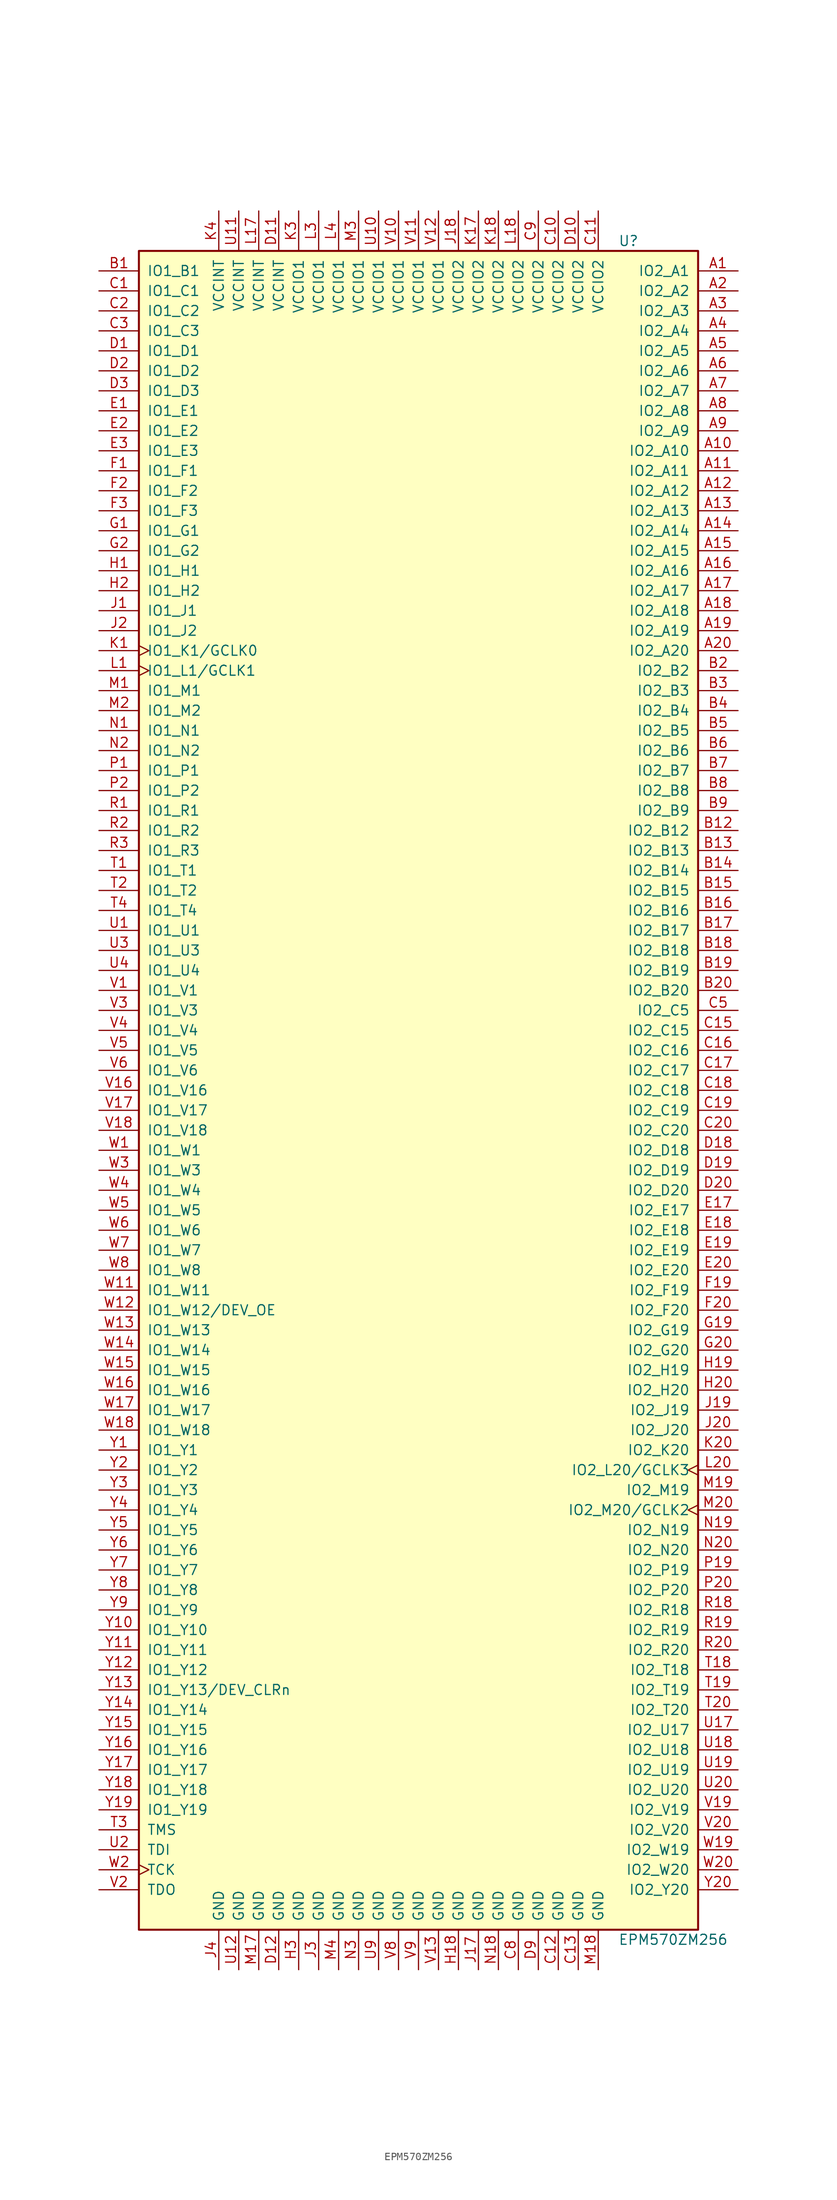
<source format=kicad_sym>
(kicad_symbol_lib
  (version 20241209)
  (generator "kicad_symbol_editor")
  (generator_version "9.0")
  (symbol "EPM570ZM256"
    (pin_names
      (offset 1.016))
    (property "Reference" "U"
      (at 25.4 107.95 0)
      (effects (font (size 1.27 1.27)) (justify left)))
    (property "Value" "EPM570ZM256"
      (at 25.4 -107.95 0)
      (effects (font (size 1.27 1.27)) (justify left)))
    (property "ki_locked" ""
      (at 0 0 0)
      (effects (font (size 1.27 1.27))))
    (symbol "EPM570ZM256_1_1"
      (rectangle (start -35.56 106.68) (end 35.56 -106.68) (stroke (width 0.254) (type default)) (fill (type background)))
      (pin bidirectional line (at -40.64 104.14 0) (length 5.08) (name "IO1_B1" (effects (font (size 1.27 1.27)))) (number "B1" (effects (font (size 1.27 1.27)))))
      (pin bidirectional line (at -40.64 101.6 0) (length 5.08) (name "IO1_C1" (effects (font (size 1.27 1.27)))) (number "C1" (effects (font (size 1.27 1.27)))))
      (pin bidirectional line (at -40.64 99.06 0) (length 5.08) (name "IO1_C2" (effects (font (size 1.27 1.27)))) (number "C2" (effects (font (size 1.27 1.27)))))
      (pin bidirectional line (at -40.64 96.52 0) (length 5.08) (name "IO1_C3" (effects (font (size 1.27 1.27)))) (number "C3" (effects (font (size 1.27 1.27)))))
      (pin bidirectional line (at -40.64 93.98 0) (length 5.08) (name "IO1_D1" (effects (font (size 1.27 1.27)))) (number "D1" (effects (font (size 1.27 1.27)))))
      (pin bidirectional line (at -40.64 91.44 0) (length 5.08) (name "IO1_D2" (effects (font (size 1.27 1.27)))) (number "D2" (effects (font (size 1.27 1.27)))))
      (pin bidirectional line (at -40.64 88.9 0) (length 5.08) (name "IO1_D3" (effects (font (size 1.27 1.27)))) (number "D3" (effects (font (size 1.27 1.27)))))
      (pin bidirectional line (at -40.64 86.36 0) (length 5.08) (name "IO1_E1" (effects (font (size 1.27 1.27)))) (number "E1" (effects (font (size 1.27 1.27)))))
      (pin bidirectional line (at -40.64 83.82 0) (length 5.08) (name "IO1_E2" (effects (font (size 1.27 1.27)))) (number "E2" (effects (font (size 1.27 1.27)))))
      (pin bidirectional line (at -40.64 81.28 0) (length 5.08) (name "IO1_E3" (effects (font (size 1.27 1.27)))) (number "E3" (effects (font (size 1.27 1.27)))))
      (pin bidirectional line (at -40.64 78.74 0) (length 5.08) (name "IO1_F1" (effects (font (size 1.27 1.27)))) (number "F1" (effects (font (size 1.27 1.27)))))
      (pin bidirectional line (at -40.64 76.2 0) (length 5.08) (name "IO1_F2" (effects (font (size 1.27 1.27)))) (number "F2" (effects (font (size 1.27 1.27)))))
      (pin bidirectional line (at -40.64 73.66 0) (length 5.08) (name "IO1_F3" (effects (font (size 1.27 1.27)))) (number "F3" (effects (font (size 1.27 1.27)))))
      (pin bidirectional line (at -40.64 71.12 0) (length 5.08) (name "IO1_G1" (effects (font (size 1.27 1.27)))) (number "G1" (effects (font (size 1.27 1.27)))))
      (pin bidirectional line (at -40.64 68.58 0) (length 5.08) (name "IO1_G2" (effects (font (size 1.27 1.27)))) (number "G2" (effects (font (size 1.27 1.27)))))
      (pin bidirectional line (at -40.64 66.04 0) (length 5.08) (name "IO1_H1" (effects (font (size 1.27 1.27)))) (number "H1" (effects (font (size 1.27 1.27)))))
      (pin bidirectional line (at -40.64 63.5 0) (length 5.08) (name "IO1_H2" (effects (font (size 1.27 1.27)))) (number "H2" (effects (font (size 1.27 1.27)))))
      (pin bidirectional line (at -40.64 60.96 0) (length 5.08) (name "IO1_J1" (effects (font (size 1.27 1.27)))) (number "J1" (effects (font (size 1.27 1.27)))))
      (pin bidirectional line (at -40.64 58.42 0) (length 5.08) (name "IO1_J2" (effects (font (size 1.27 1.27)))) (number "J2" (effects (font (size 1.27 1.27)))))
      (pin bidirectional clock (at -40.64 55.88 0) (length 5.08) (name "IO1_K1/GCLK0" (effects (font (size 1.27 1.27)))) (number "K1" (effects (font (size 1.27 1.27)))))
      (pin bidirectional clock (at -40.64 53.34 0) (length 5.08) (name "IO1_L1/GCLK1" (effects (font (size 1.27 1.27)))) (number "L1" (effects (font (size 1.27 1.27)))))
      (pin bidirectional line (at -40.64 50.8 0) (length 5.08) (name "IO1_M1" (effects (font (size 1.27 1.27)))) (number "M1" (effects (font (size 1.27 1.27)))))
      (pin bidirectional line (at -40.64 48.26 0) (length 5.08) (name "IO1_M2" (effects (font (size 1.27 1.27)))) (number "M2" (effects (font (size 1.27 1.27)))))
      (pin bidirectional line (at -40.64 45.72 0) (length 5.08) (name "IO1_N1" (effects (font (size 1.27 1.27)))) (number "N1" (effects (font (size 1.27 1.27)))))
      (pin bidirectional line (at -40.64 43.18 0) (length 5.08) (name "IO1_N2" (effects (font (size 1.27 1.27)))) (number "N2" (effects (font (size 1.27 1.27)))))
      (pin bidirectional line (at -40.64 40.64 0) (length 5.08) (name "IO1_P1" (effects (font (size 1.27 1.27)))) (number "P1" (effects (font (size 1.27 1.27)))))
      (pin bidirectional line (at -40.64 38.1 0) (length 5.08) (name "IO1_P2" (effects (font (size 1.27 1.27)))) (number "P2" (effects (font (size 1.27 1.27)))))
      (pin bidirectional line (at -40.64 35.56 0) (length 5.08) (name "IO1_R1" (effects (font (size 1.27 1.27)))) (number "R1" (effects (font (size 1.27 1.27)))))
      (pin bidirectional line (at -40.64 33.02 0) (length 5.08) (name "IO1_R2" (effects (font (size 1.27 1.27)))) (number "R2" (effects (font (size 1.27 1.27)))))
      (pin bidirectional line (at -40.64 30.48 0) (length 5.08) (name "IO1_R3" (effects (font (size 1.27 1.27)))) (number "R3" (effects (font (size 1.27 1.27)))))
      (pin bidirectional line (at -40.64 27.94 0) (length 5.08) (name "IO1_T1" (effects (font (size 1.27 1.27)))) (number "T1" (effects (font (size 1.27 1.27)))))
      (pin bidirectional line (at -40.64 25.4 0) (length 5.08) (name "IO1_T2" (effects (font (size 1.27 1.27)))) (number "T2" (effects (font (size 1.27 1.27)))))
      (pin bidirectional line (at -40.64 22.86 0) (length 5.08) (name "IO1_T4" (effects (font (size 1.27 1.27)))) (number "T4" (effects (font (size 1.27 1.27)))))
      (pin bidirectional line (at -40.64 20.32 0) (length 5.08) (name "IO1_U1" (effects (font (size 1.27 1.27)))) (number "U1" (effects (font (size 1.27 1.27)))))
      (pin bidirectional line (at -40.64 17.78 0) (length 5.08) (name "IO1_U3" (effects (font (size 1.27 1.27)))) (number "U3" (effects (font (size 1.27 1.27)))))
      (pin bidirectional line (at -40.64 15.24 0) (length 5.08) (name "IO1_U4" (effects (font (size 1.27 1.27)))) (number "U4" (effects (font (size 1.27 1.27)))))
      (pin bidirectional line (at -40.64 12.7 0) (length 5.08) (name "IO1_V1" (effects (font (size 1.27 1.27)))) (number "V1" (effects (font (size 1.27 1.27)))))
      (pin bidirectional line (at -40.64 10.16 0) (length 5.08) (name "IO1_V3" (effects (font (size 1.27 1.27)))) (number "V3" (effects (font (size 1.27 1.27)))))
      (pin bidirectional line (at -40.64 7.62 0) (length 5.08) (name "IO1_V4" (effects (font (size 1.27 1.27)))) (number "V4" (effects (font (size 1.27 1.27)))))
      (pin bidirectional line (at -40.64 5.08 0) (length 5.08) (name "IO1_V5" (effects (font (size 1.27 1.27)))) (number "V5" (effects (font (size 1.27 1.27)))))
      (pin bidirectional line (at -40.64 2.54 0) (length 5.08) (name "IO1_V6" (effects (font (size 1.27 1.27)))) (number "V6" (effects (font (size 1.27 1.27)))))
      (pin bidirectional line (at -40.64 0 0) (length 5.08) (name "IO1_V16" (effects (font (size 1.27 1.27)))) (number "V16" (effects (font (size 1.27 1.27)))))
      (pin bidirectional line (at -40.64 -2.54 0) (length 5.08) (name "IO1_V17" (effects (font (size 1.27 1.27)))) (number "V17" (effects (font (size 1.27 1.27)))))
      (pin bidirectional line (at -40.64 -5.08 0) (length 5.08) (name "IO1_V18" (effects (font (size 1.27 1.27)))) (number "V18" (effects (font (size 1.27 1.27)))))
      (pin bidirectional line (at -40.64 -7.62 0) (length 5.08) (name "IO1_W1" (effects (font (size 1.27 1.27)))) (number "W1" (effects (font (size 1.27 1.27)))))
      (pin bidirectional line (at -40.64 -10.16 0) (length 5.08) (name "IO1_W3" (effects (font (size 1.27 1.27)))) (number "W3" (effects (font (size 1.27 1.27)))))
      (pin bidirectional line (at -40.64 -12.7 0) (length 5.08) (name "IO1_W4" (effects (font (size 1.27 1.27)))) (number "W4" (effects (font (size 1.27 1.27)))))
      (pin bidirectional line (at -40.64 -15.24 0) (length 5.08) (name "IO1_W5" (effects (font (size 1.27 1.27)))) (number "W5" (effects (font (size 1.27 1.27)))))
      (pin bidirectional line (at -40.64 -17.78 0) (length 5.08) (name "IO1_W6" (effects (font (size 1.27 1.27)))) (number "W6" (effects (font (size 1.27 1.27)))))
      (pin bidirectional line (at -40.64 -20.32 0) (length 5.08) (name "IO1_W7" (effects (font (size 1.27 1.27)))) (number "W7" (effects (font (size 1.27 1.27)))))
      (pin bidirectional line (at -40.64 -22.86 0) (length 5.08) (name "IO1_W8" (effects (font (size 1.27 1.27)))) (number "W8" (effects (font (size 1.27 1.27)))))
      (pin bidirectional line (at -40.64 -25.4 0) (length 5.08) (name "IO1_W11" (effects (font (size 1.27 1.27)))) (number "W11" (effects (font (size 1.27 1.27)))))
      (pin bidirectional line (at -40.64 -27.94 0) (length 5.08) (name "IO1_W12/DEV_OE" (effects (font (size 1.27 1.27)))) (number "W12" (effects (font (size 1.27 1.27)))))
      (pin bidirectional line (at -40.64 -30.48 0) (length 5.08) (name "IO1_W13" (effects (font (size 1.27 1.27)))) (number "W13" (effects (font (size 1.27 1.27)))))
      (pin bidirectional line (at -40.64 -33.02 0) (length 5.08) (name "IO1_W14" (effects (font (size 1.27 1.27)))) (number "W14" (effects (font (size 1.27 1.27)))))
      (pin bidirectional line (at -40.64 -35.56 0) (length 5.08) (name "IO1_W15" (effects (font (size 1.27 1.27)))) (number "W15" (effects (font (size 1.27 1.27)))))
      (pin bidirectional line (at -40.64 -38.1 0) (length 5.08) (name "IO1_W16" (effects (font (size 1.27 1.27)))) (number "W16" (effects (font (size 1.27 1.27)))))
      (pin bidirectional line (at -40.64 -40.64 0) (length 5.08) (name "IO1_W17" (effects (font (size 1.27 1.27)))) (number "W17" (effects (font (size 1.27 1.27)))))
      (pin bidirectional line (at -40.64 -43.18 0) (length 5.08) (name "IO1_W18" (effects (font (size 1.27 1.27)))) (number "W18" (effects (font (size 1.27 1.27)))))
      (pin bidirectional line (at -40.64 -45.72 0) (length 5.08) (name "IO1_Y1" (effects (font (size 1.27 1.27)))) (number "Y1" (effects (font (size 1.27 1.27)))))
      (pin bidirectional line (at -40.64 -48.26 0) (length 5.08) (name "IO1_Y2" (effects (font (size 1.27 1.27)))) (number "Y2" (effects (font (size 1.27 1.27)))))
      (pin bidirectional line (at -40.64 -50.8 0) (length 5.08) (name "IO1_Y3" (effects (font (size 1.27 1.27)))) (number "Y3" (effects (font (size 1.27 1.27)))))
      (pin bidirectional line (at -40.64 -53.34 0) (length 5.08) (name "IO1_Y4" (effects (font (size 1.27 1.27)))) (number "Y4" (effects (font (size 1.27 1.27)))))
      (pin bidirectional line (at -40.64 -55.88 0) (length 5.08) (name "IO1_Y5" (effects (font (size 1.27 1.27)))) (number "Y5" (effects (font (size 1.27 1.27)))))
      (pin bidirectional line (at -40.64 -58.42 0) (length 5.08) (name "IO1_Y6" (effects (font (size 1.27 1.27)))) (number "Y6" (effects (font (size 1.27 1.27)))))
      (pin bidirectional line (at -40.64 -60.96 0) (length 5.08) (name "IO1_Y7" (effects (font (size 1.27 1.27)))) (number "Y7" (effects (font (size 1.27 1.27)))))
      (pin bidirectional line (at -40.64 -63.5 0) (length 5.08) (name "IO1_Y8" (effects (font (size 1.27 1.27)))) (number "Y8" (effects (font (size 1.27 1.27)))))
      (pin bidirectional line (at -40.64 -66.04 0) (length 5.08) (name "IO1_Y9" (effects (font (size 1.27 1.27)))) (number "Y9" (effects (font (size 1.27 1.27)))))
      (pin bidirectional line (at -40.64 -68.58 0) (length 5.08) (name "IO1_Y10" (effects (font (size 1.27 1.27)))) (number "Y10" (effects (font (size 1.27 1.27)))))
      (pin bidirectional line (at -40.64 -71.12 0) (length 5.08) (name "IO1_Y11" (effects (font (size 1.27 1.27)))) (number "Y11" (effects (font (size 1.27 1.27)))))
      (pin bidirectional line (at -40.64 -73.66 0) (length 5.08) (name "IO1_Y12" (effects (font (size 1.27 1.27)))) (number "Y12" (effects (font (size 1.27 1.27)))))
      (pin bidirectional line (at -40.64 -76.2 0) (length 5.08) (name "IO1_Y13/DEV_CLRn" (effects (font (size 1.27 1.27)))) (number "Y13" (effects (font (size 1.27 1.27)))))
      (pin bidirectional line (at -40.64 -78.74 0) (length 5.08) (name "IO1_Y14" (effects (font (size 1.27 1.27)))) (number "Y14" (effects (font (size 1.27 1.27)))))
      (pin bidirectional line (at -40.64 -81.28 0) (length 5.08) (name "IO1_Y15" (effects (font (size 1.27 1.27)))) (number "Y15" (effects (font (size 1.27 1.27)))))
      (pin bidirectional line (at -40.64 -83.82 0) (length 5.08) (name "IO1_Y16" (effects (font (size 1.27 1.27)))) (number "Y16" (effects (font (size 1.27 1.27)))))
      (pin bidirectional line (at -40.64 -86.36 0) (length 5.08) (name "IO1_Y17" (effects (font (size 1.27 1.27)))) (number "Y17" (effects (font (size 1.27 1.27)))))
      (pin bidirectional line (at -40.64 -88.9 0) (length 5.08) (name "IO1_Y18" (effects (font (size 1.27 1.27)))) (number "Y18" (effects (font (size 1.27 1.27)))))
      (pin bidirectional line (at -40.64 -91.44 0) (length 5.08) (name "IO1_Y19" (effects (font (size 1.27 1.27)))) (number "Y19" (effects (font (size 1.27 1.27)))))
      (pin input line (at -40.64 -93.98 0) (length 5.08) (name "TMS" (effects (font (size 1.27 1.27)))) (number "T3" (effects (font (size 1.27 1.27)))))
      (pin input line (at -40.64 -96.52 0) (length 5.08) (name "TDI" (effects (font (size 1.27 1.27)))) (number "U2" (effects (font (size 1.27 1.27)))))
      (pin input clock (at -40.64 -99.06 0) (length 5.08) (name "TCK" (effects (font (size 1.27 1.27)))) (number "W2" (effects (font (size 1.27 1.27)))))
      (pin output line (at -40.64 -101.6 0) (length 5.08) (name "TDO" (effects (font (size 1.27 1.27)))) (number "V2" (effects (font (size 1.27 1.27)))))
      (pin power_in line (at -25.4 111.76 270) (length 5.08) (name "VCCINT" (effects (font (size 1.27 1.27)))) (number "K4" (effects (font (size 1.27 1.27)))))
      (pin power_in line (at -25.4 -111.76 90) (length 5.08) (name "GND" (effects (font (size 1.27 1.27)))) (number "J4" (effects (font (size 1.27 1.27)))))
      (pin power_in line (at -22.86 111.76 270) (length 5.08) (name "VCCINT" (effects (font (size 1.27 1.27)))) (number "U11" (effects (font (size 1.27 1.27)))))
      (pin power_in line (at -22.86 -111.76 90) (length 5.08) (name "GND" (effects (font (size 1.27 1.27)))) (number "U12" (effects (font (size 1.27 1.27)))))
      (pin power_in line (at -20.32 111.76 270) (length 5.08) (name "VCCINT" (effects (font (size 1.27 1.27)))) (number "L17" (effects (font (size 1.27 1.27)))))
      (pin power_in line (at -20.32 -111.76 90) (length 5.08) (name "GND" (effects (font (size 1.27 1.27)))) (number "M17" (effects (font (size 1.27 1.27)))))
      (pin power_in line (at -17.78 111.76 270) (length 5.08) (name "VCCINT" (effects (font (size 1.27 1.27)))) (number "D11" (effects (font (size 1.27 1.27)))))
      (pin power_in line (at -17.78 -111.76 90) (length 5.08) (name "GND" (effects (font (size 1.27 1.27)))) (number "D12" (effects (font (size 1.27 1.27)))))
      (pin power_in line (at -15.24 111.76 270) (length 5.08) (name "VCCIO1" (effects (font (size 1.27 1.27)))) (number "K3" (effects (font (size 1.27 1.27)))))
      (pin power_in line (at -15.24 -111.76 90) (length 5.08) (name "GND" (effects (font (size 1.27 1.27)))) (number "H3" (effects (font (size 1.27 1.27)))))
      (pin power_in line (at -12.7 111.76 270) (length 5.08) (name "VCCIO1" (effects (font (size 1.27 1.27)))) (number "L3" (effects (font (size 1.27 1.27)))))
      (pin power_in line (at -12.7 -111.76 90) (length 5.08) (name "GND" (effects (font (size 1.27 1.27)))) (number "J3" (effects (font (size 1.27 1.27)))))
      (pin power_in line (at -10.16 111.76 270) (length 5.08) (name "VCCIO1" (effects (font (size 1.27 1.27)))) (number "L4" (effects (font (size 1.27 1.27)))))
      (pin power_in line (at -10.16 -111.76 90) (length 5.08) (name "GND" (effects (font (size 1.27 1.27)))) (number "M4" (effects (font (size 1.27 1.27)))))
      (pin power_in line (at -7.62 111.76 270) (length 5.08) (name "VCCIO1" (effects (font (size 1.27 1.27)))) (number "M3" (effects (font (size 1.27 1.27)))))
      (pin power_in line (at -7.62 -111.76 90) (length 5.08) (name "GND" (effects (font (size 1.27 1.27)))) (number "N3" (effects (font (size 1.27 1.27)))))
      (pin power_in line (at -5.08 111.76 270) (length 5.08) (name "VCCIO1" (effects (font (size 1.27 1.27)))) (number "U10" (effects (font (size 1.27 1.27)))))
      (pin power_in line (at -5.08 -111.76 90) (length 5.08) (name "GND" (effects (font (size 1.27 1.27)))) (number "U9" (effects (font (size 1.27 1.27)))))
      (pin power_in line (at -2.54 111.76 270) (length 5.08) (name "VCCIO1" (effects (font (size 1.27 1.27)))) (number "V10" (effects (font (size 1.27 1.27)))))
      (pin power_in line (at -2.54 -111.76 90) (length 5.08) (name "GND" (effects (font (size 1.27 1.27)))) (number "V8" (effects (font (size 1.27 1.27)))))
      (pin power_in line (at 0 111.76 270) (length 5.08) (name "VCCIO1" (effects (font (size 1.27 1.27)))) (number "V11" (effects (font (size 1.27 1.27)))))
      (pin power_in line (at 0 -111.76 90) (length 5.08) (name "GND" (effects (font (size 1.27 1.27)))) (number "V9" (effects (font (size 1.27 1.27)))))
      (pin power_in line (at 2.54 111.76 270) (length 5.08) (name "VCCIO1" (effects (font (size 1.27 1.27)))) (number "V12" (effects (font (size 1.27 1.27)))))
      (pin power_in line (at 2.54 -111.76 90) (length 5.08) (name "GND" (effects (font (size 1.27 1.27)))) (number "V13" (effects (font (size 1.27 1.27)))))
      (pin power_in line (at 5.08 111.76 270) (length 5.08) (name "VCCIO2" (effects (font (size 1.27 1.27)))) (number "J18" (effects (font (size 1.27 1.27)))))
      (pin power_in line (at 5.08 -111.76 90) (length 5.08) (name "GND" (effects (font (size 1.27 1.27)))) (number "H18" (effects (font (size 1.27 1.27)))))
      (pin power_in line (at 7.62 111.76 270) (length 5.08) (name "VCCIO2" (effects (font (size 1.27 1.27)))) (number "K17" (effects (font (size 1.27 1.27)))))
      (pin power_in line (at 7.62 -111.76 90) (length 5.08) (name "GND" (effects (font (size 1.27 1.27)))) (number "J17" (effects (font (size 1.27 1.27)))))
      (pin power_in line (at 10.16 111.76 270) (length 5.08) (name "VCCIO2" (effects (font (size 1.27 1.27)))) (number "K18" (effects (font (size 1.27 1.27)))))
      (pin power_in line (at 10.16 -111.76 90) (length 5.08) (name "GND" (effects (font (size 1.27 1.27)))) (number "N18" (effects (font (size 1.27 1.27)))))
      (pin power_in line (at 12.7 111.76 270) (length 5.08) (name "VCCIO2" (effects (font (size 1.27 1.27)))) (number "L18" (effects (font (size 1.27 1.27)))))
      (pin power_in line (at 12.7 -111.76 90) (length 5.08) (name "GND" (effects (font (size 1.27 1.27)))) (number "C8" (effects (font (size 1.27 1.27)))))
      (pin power_in line (at 15.24 111.76 270) (length 5.08) (name "VCCIO2" (effects (font (size 1.27 1.27)))) (number "C9" (effects (font (size 1.27 1.27)))))
      (pin power_in line (at 15.24 -111.76 90) (length 5.08) (name "GND" (effects (font (size 1.27 1.27)))) (number "D9" (effects (font (size 1.27 1.27)))))
      (pin power_in line (at 17.78 111.76 270) (length 5.08) (name "VCCIO2" (effects (font (size 1.27 1.27)))) (number "C10" (effects (font (size 1.27 1.27)))))
      (pin power_in line (at 17.78 -111.76 90) (length 5.08) (name "GND" (effects (font (size 1.27 1.27)))) (number "C12" (effects (font (size 1.27 1.27)))))
      (pin power_in line (at 20.32 111.76 270) (length 5.08) (name "VCCIO2" (effects (font (size 1.27 1.27)))) (number "D10" (effects (font (size 1.27 1.27)))))
      (pin power_in line (at 20.32 -111.76 90) (length 5.08) (name "GND" (effects (font (size 1.27 1.27)))) (number "C13" (effects (font (size 1.27 1.27)))))
      (pin power_in line (at 22.86 111.76 270) (length 5.08) (name "VCCIO2" (effects (font (size 1.27 1.27)))) (number "C11" (effects (font (size 1.27 1.27)))))
      (pin power_in line (at 22.86 -111.76 90) (length 5.08) (name "GND" (effects (font (size 1.27 1.27)))) (number "M18" (effects (font (size 1.27 1.27)))))
      (pin bidirectional line (at 40.64 104.14 180) (length 5.08) (name "IO2_A1" (effects (font (size 1.27 1.27)))) (number "A1" (effects (font (size 1.27 1.27)))))
      (pin bidirectional line (at 40.64 101.6 180) (length 5.08) (name "IO2_A2" (effects (font (size 1.27 1.27)))) (number "A2" (effects (font (size 1.27 1.27)))))
      (pin bidirectional line (at 40.64 99.06 180) (length 5.08) (name "IO2_A3" (effects (font (size 1.27 1.27)))) (number "A3" (effects (font (size 1.27 1.27)))))
      (pin bidirectional line (at 40.64 96.52 180) (length 5.08) (name "IO2_A4" (effects (font (size 1.27 1.27)))) (number "A4" (effects (font (size 1.27 1.27)))))
      (pin bidirectional line (at 40.64 93.98 180) (length 5.08) (name "IO2_A5" (effects (font (size 1.27 1.27)))) (number "A5" (effects (font (size 1.27 1.27)))))
      (pin bidirectional line (at 40.64 91.44 180) (length 5.08) (name "IO2_A6" (effects (font (size 1.27 1.27)))) (number "A6" (effects (font (size 1.27 1.27)))))
      (pin bidirectional line (at 40.64 88.9 180) (length 5.08) (name "IO2_A7" (effects (font (size 1.27 1.27)))) (number "A7" (effects (font (size 1.27 1.27)))))
      (pin bidirectional line (at 40.64 86.36 180) (length 5.08) (name "IO2_A8" (effects (font (size 1.27 1.27)))) (number "A8" (effects (font (size 1.27 1.27)))))
      (pin bidirectional line (at 40.64 83.82 180) (length 5.08) (name "IO2_A9" (effects (font (size 1.27 1.27)))) (number "A9" (effects (font (size 1.27 1.27)))))
      (pin bidirectional line (at 40.64 81.28 180) (length 5.08) (name "IO2_A10" (effects (font (size 1.27 1.27)))) (number "A10" (effects (font (size 1.27 1.27)))))
      (pin bidirectional line (at 40.64 78.74 180) (length 5.08) (name "IO2_A11" (effects (font (size 1.27 1.27)))) (number "A11" (effects (font (size 1.27 1.27)))))
      (pin bidirectional line (at 40.64 76.2 180) (length 5.08) (name "IO2_A12" (effects (font (size 1.27 1.27)))) (number "A12" (effects (font (size 1.27 1.27)))))
      (pin bidirectional line (at 40.64 73.66 180) (length 5.08) (name "IO2_A13" (effects (font (size 1.27 1.27)))) (number "A13" (effects (font (size 1.27 1.27)))))
      (pin bidirectional line (at 40.64 71.12 180) (length 5.08) (name "IO2_A14" (effects (font (size 1.27 1.27)))) (number "A14" (effects (font (size 1.27 1.27)))))
      (pin bidirectional line (at 40.64 68.58 180) (length 5.08) (name "IO2_A15" (effects (font (size 1.27 1.27)))) (number "A15" (effects (font (size 1.27 1.27)))))
      (pin bidirectional line (at 40.64 66.04 180) (length 5.08) (name "IO2_A16" (effects (font (size 1.27 1.27)))) (number "A16" (effects (font (size 1.27 1.27)))))
      (pin bidirectional line (at 40.64 63.5 180) (length 5.08) (name "IO2_A17" (effects (font (size 1.27 1.27)))) (number "A17" (effects (font (size 1.27 1.27)))))
      (pin bidirectional line (at 40.64 60.96 180) (length 5.08) (name "IO2_A18" (effects (font (size 1.27 1.27)))) (number "A18" (effects (font (size 1.27 1.27)))))
      (pin bidirectional line (at 40.64 58.42 180) (length 5.08) (name "IO2_A19" (effects (font (size 1.27 1.27)))) (number "A19" (effects (font (size 1.27 1.27)))))
      (pin bidirectional line (at 40.64 55.88 180) (length 5.08) (name "IO2_A20" (effects (font (size 1.27 1.27)))) (number "A20" (effects (font (size 1.27 1.27)))))
      (pin bidirectional line (at 40.64 53.34 180) (length 5.08) (name "IO2_B2" (effects (font (size 1.27 1.27)))) (number "B2" (effects (font (size 1.27 1.27)))))
      (pin bidirectional line (at 40.64 50.8 180) (length 5.08) (name "IO2_B3" (effects (font (size 1.27 1.27)))) (number "B3" (effects (font (size 1.27 1.27)))))
      (pin bidirectional line (at 40.64 48.26 180) (length 5.08) (name "IO2_B4" (effects (font (size 1.27 1.27)))) (number "B4" (effects (font (size 1.27 1.27)))))
      (pin bidirectional line (at 40.64 45.72 180) (length 5.08) (name "IO2_B5" (effects (font (size 1.27 1.27)))) (number "B5" (effects (font (size 1.27 1.27)))))
      (pin bidirectional line (at 40.64 43.18 180) (length 5.08) (name "IO2_B6" (effects (font (size 1.27 1.27)))) (number "B6" (effects (font (size 1.27 1.27)))))
      (pin bidirectional line (at 40.64 40.64 180) (length 5.08) (name "IO2_B7" (effects (font (size 1.27 1.27)))) (number "B7" (effects (font (size 1.27 1.27)))))
      (pin bidirectional line (at 40.64 38.1 180) (length 5.08) (name "IO2_B8" (effects (font (size 1.27 1.27)))) (number "B8" (effects (font (size 1.27 1.27)))))
      (pin bidirectional line (at 40.64 35.56 180) (length 5.08) (name "IO2_B9" (effects (font (size 1.27 1.27)))) (number "B9" (effects (font (size 1.27 1.27)))))
      (pin bidirectional line (at 40.64 33.02 180) (length 5.08) (name "IO2_B12" (effects (font (size 1.27 1.27)))) (number "B12" (effects (font (size 1.27 1.27)))))
      (pin bidirectional line (at 40.64 30.48 180) (length 5.08) (name "IO2_B13" (effects (font (size 1.27 1.27)))) (number "B13" (effects (font (size 1.27 1.27)))))
      (pin bidirectional line (at 40.64 27.94 180) (length 5.08) (name "IO2_B14" (effects (font (size 1.27 1.27)))) (number "B14" (effects (font (size 1.27 1.27)))))
      (pin bidirectional line (at 40.64 25.4 180) (length 5.08) (name "IO2_B15" (effects (font (size 1.27 1.27)))) (number "B15" (effects (font (size 1.27 1.27)))))
      (pin bidirectional line (at 40.64 22.86 180) (length 5.08) (name "IO2_B16" (effects (font (size 1.27 1.27)))) (number "B16" (effects (font (size 1.27 1.27)))))
      (pin bidirectional line (at 40.64 20.32 180) (length 5.08) (name "IO2_B17" (effects (font (size 1.27 1.27)))) (number "B17" (effects (font (size 1.27 1.27)))))
      (pin bidirectional line (at 40.64 17.78 180) (length 5.08) (name "IO2_B18" (effects (font (size 1.27 1.27)))) (number "B18" (effects (font (size 1.27 1.27)))))
      (pin bidirectional line (at 40.64 15.24 180) (length 5.08) (name "IO2_B19" (effects (font (size 1.27 1.27)))) (number "B19" (effects (font (size 1.27 1.27)))))
      (pin bidirectional line (at 40.64 12.7 180) (length 5.08) (name "IO2_B20" (effects (font (size 1.27 1.27)))) (number "B20" (effects (font (size 1.27 1.27)))))
      (pin bidirectional line (at 40.64 10.16 180) (length 5.08) (name "IO2_C5" (effects (font (size 1.27 1.27)))) (number "C5" (effects (font (size 1.27 1.27)))))
      (pin bidirectional line (at 40.64 7.62 180) (length 5.08) (name "IO2_C15" (effects (font (size 1.27 1.27)))) (number "C15" (effects (font (size 1.27 1.27)))))
      (pin bidirectional line (at 40.64 5.08 180) (length 5.08) (name "IO2_C16" (effects (font (size 1.27 1.27)))) (number "C16" (effects (font (size 1.27 1.27)))))
      (pin bidirectional line (at 40.64 2.54 180) (length 5.08) (name "IO2_C17" (effects (font (size 1.27 1.27)))) (number "C17" (effects (font (size 1.27 1.27)))))
      (pin bidirectional line (at 40.64 0 180) (length 5.08) (name "IO2_C18" (effects (font (size 1.27 1.27)))) (number "C18" (effects (font (size 1.27 1.27)))))
      (pin bidirectional line (at 40.64 -2.54 180) (length 5.08) (name "IO2_C19" (effects (font (size 1.27 1.27)))) (number "C19" (effects (font (size 1.27 1.27)))))
      (pin bidirectional line (at 40.64 -5.08 180) (length 5.08) (name "IO2_C20" (effects (font (size 1.27 1.27)))) (number "C20" (effects (font (size 1.27 1.27)))))
      (pin bidirectional line (at 40.64 -7.62 180) (length 5.08) (name "IO2_D18" (effects (font (size 1.27 1.27)))) (number "D18" (effects (font (size 1.27 1.27)))))
      (pin bidirectional line (at 40.64 -10.16 180) (length 5.08) (name "IO2_D19" (effects (font (size 1.27 1.27)))) (number "D19" (effects (font (size 1.27 1.27)))))
      (pin bidirectional line (at 40.64 -12.7 180) (length 5.08) (name "IO2_D20" (effects (font (size 1.27 1.27)))) (number "D20" (effects (font (size 1.27 1.27)))))
      (pin bidirectional line (at 40.64 -15.24 180) (length 5.08) (name "IO2_E17" (effects (font (size 1.27 1.27)))) (number "E17" (effects (font (size 1.27 1.27)))))
      (pin bidirectional line (at 40.64 -17.78 180) (length 5.08) (name "IO2_E18" (effects (font (size 1.27 1.27)))) (number "E18" (effects (font (size 1.27 1.27)))))
      (pin bidirectional line (at 40.64 -20.32 180) (length 5.08) (name "IO2_E19" (effects (font (size 1.27 1.27)))) (number "E19" (effects (font (size 1.27 1.27)))))
      (pin bidirectional line (at 40.64 -22.86 180) (length 5.08) (name "IO2_E20" (effects (font (size 1.27 1.27)))) (number "E20" (effects (font (size 1.27 1.27)))))
      (pin bidirectional line (at 40.64 -25.4 180) (length 5.08) (name "IO2_F19" (effects (font (size 1.27 1.27)))) (number "F19" (effects (font (size 1.27 1.27)))))
      (pin bidirectional line (at 40.64 -27.94 180) (length 5.08) (name "IO2_F20" (effects (font (size 1.27 1.27)))) (number "F20" (effects (font (size 1.27 1.27)))))
      (pin bidirectional line (at 40.64 -30.48 180) (length 5.08) (name "IO2_G19" (effects (font (size 1.27 1.27)))) (number "G19" (effects (font (size 1.27 1.27)))))
      (pin bidirectional line (at 40.64 -33.02 180) (length 5.08) (name "IO2_G20" (effects (font (size 1.27 1.27)))) (number "G20" (effects (font (size 1.27 1.27)))))
      (pin bidirectional line (at 40.64 -35.56 180) (length 5.08) (name "IO2_H19" (effects (font (size 1.27 1.27)))) (number "H19" (effects (font (size 1.27 1.27)))))
      (pin bidirectional line (at 40.64 -38.1 180) (length 5.08) (name "IO2_H20" (effects (font (size 1.27 1.27)))) (number "H20" (effects (font (size 1.27 1.27)))))
      (pin bidirectional line (at 40.64 -40.64 180) (length 5.08) (name "IO2_J19" (effects (font (size 1.27 1.27)))) (number "J19" (effects (font (size 1.27 1.27)))))
      (pin bidirectional line (at 40.64 -43.18 180) (length 5.08) (name "IO2_J20" (effects (font (size 1.27 1.27)))) (number "J20" (effects (font (size 1.27 1.27)))))
      (pin bidirectional line (at 40.64 -45.72 180) (length 5.08) (name "IO2_K20" (effects (font (size 1.27 1.27)))) (number "K20" (effects (font (size 1.27 1.27)))))
      (pin bidirectional clock (at 40.64 -48.26 180) (length 5.08) (name "IO2_L20/GCLK3" (effects (font (size 1.27 1.27)))) (number "L20" (effects (font (size 1.27 1.27)))))
      (pin bidirectional line (at 40.64 -50.8 180) (length 5.08) (name "IO2_M19" (effects (font (size 1.27 1.27)))) (number "M19" (effects (font (size 1.27 1.27)))))
      (pin bidirectional clock (at 40.64 -53.34 180) (length 5.08) (name "IO2_M20/GCLK2" (effects (font (size 1.27 1.27)))) (number "M20" (effects (font (size 1.27 1.27)))))
      (pin bidirectional line (at 40.64 -55.88 180) (length 5.08) (name "IO2_N19" (effects (font (size 1.27 1.27)))) (number "N19" (effects (font (size 1.27 1.27)))))
      (pin bidirectional line (at 40.64 -58.42 180) (length 5.08) (name "IO2_N20" (effects (font (size 1.27 1.27)))) (number "N20" (effects (font (size 1.27 1.27)))))
      (pin bidirectional line (at 40.64 -60.96 180) (length 5.08) (name "IO2_P19" (effects (font (size 1.27 1.27)))) (number "P19" (effects (font (size 1.27 1.27)))))
      (pin bidirectional line (at 40.64 -63.5 180) (length 5.08) (name "IO2_P20" (effects (font (size 1.27 1.27)))) (number "P20" (effects (font (size 1.27 1.27)))))
      (pin bidirectional line (at 40.64 -66.04 180) (length 5.08) (name "IO2_R18" (effects (font (size 1.27 1.27)))) (number "R18" (effects (font (size 1.27 1.27)))))
      (pin bidirectional line (at 40.64 -68.58 180) (length 5.08) (name "IO2_R19" (effects (font (size 1.27 1.27)))) (number "R19" (effects (font (size 1.27 1.27)))))
      (pin bidirectional line (at 40.64 -71.12 180) (length 5.08) (name "IO2_R20" (effects (font (size 1.27 1.27)))) (number "R20" (effects (font (size 1.27 1.27)))))
      (pin bidirectional line (at 40.64 -73.66 180) (length 5.08) (name "IO2_T18" (effects (font (size 1.27 1.27)))) (number "T18" (effects (font (size 1.27 1.27)))))
      (pin bidirectional line (at 40.64 -76.2 180) (length 5.08) (name "IO2_T19" (effects (font (size 1.27 1.27)))) (number "T19" (effects (font (size 1.27 1.27)))))
      (pin bidirectional line (at 40.64 -78.74 180) (length 5.08) (name "IO2_T20" (effects (font (size 1.27 1.27)))) (number "T20" (effects (font (size 1.27 1.27)))))
      (pin bidirectional line (at 40.64 -81.28 180) (length 5.08) (name "IO2_U17" (effects (font (size 1.27 1.27)))) (number "U17" (effects (font (size 1.27 1.27)))))
      (pin bidirectional line (at 40.64 -83.82 180) (length 5.08) (name "IO2_U18" (effects (font (size 1.27 1.27)))) (number "U18" (effects (font (size 1.27 1.27)))))
      (pin bidirectional line (at 40.64 -86.36 180) (length 5.08) (name "IO2_U19" (effects (font (size 1.27 1.27)))) (number "U19" (effects (font (size 1.27 1.27)))))
      (pin bidirectional line (at 40.64 -88.9 180) (length 5.08) (name "IO2_U20" (effects (font (size 1.27 1.27)))) (number "U20" (effects (font (size 1.27 1.27)))))
      (pin bidirectional line (at 40.64 -91.44 180) (length 5.08) (name "IO2_V19" (effects (font (size 1.27 1.27)))) (number "V19" (effects (font (size 1.27 1.27)))))
      (pin bidirectional line (at 40.64 -93.98 180) (length 5.08) (name "IO2_V20" (effects (font (size 1.27 1.27)))) (number "V20" (effects (font (size 1.27 1.27)))))
      (pin bidirectional line (at 40.64 -96.52 180) (length 5.08) (name "IO2_W19" (effects (font (size 1.27 1.27)))) (number "W19" (effects (font (size 1.27 1.27)))))
      (pin bidirectional line (at 40.64 -99.06 180) (length 5.08) (name "IO2_W20" (effects (font (size 1.27 1.27)))) (number "W20" (effects (font (size 1.27 1.27)))))
      (pin bidirectional line (at 40.64 -101.6 180) (length 5.08) (name "IO2_Y20" (effects (font (size 1.27 1.27)))) (number "Y20" (effects (font (size 1.27 1.27))))))))
</source>
